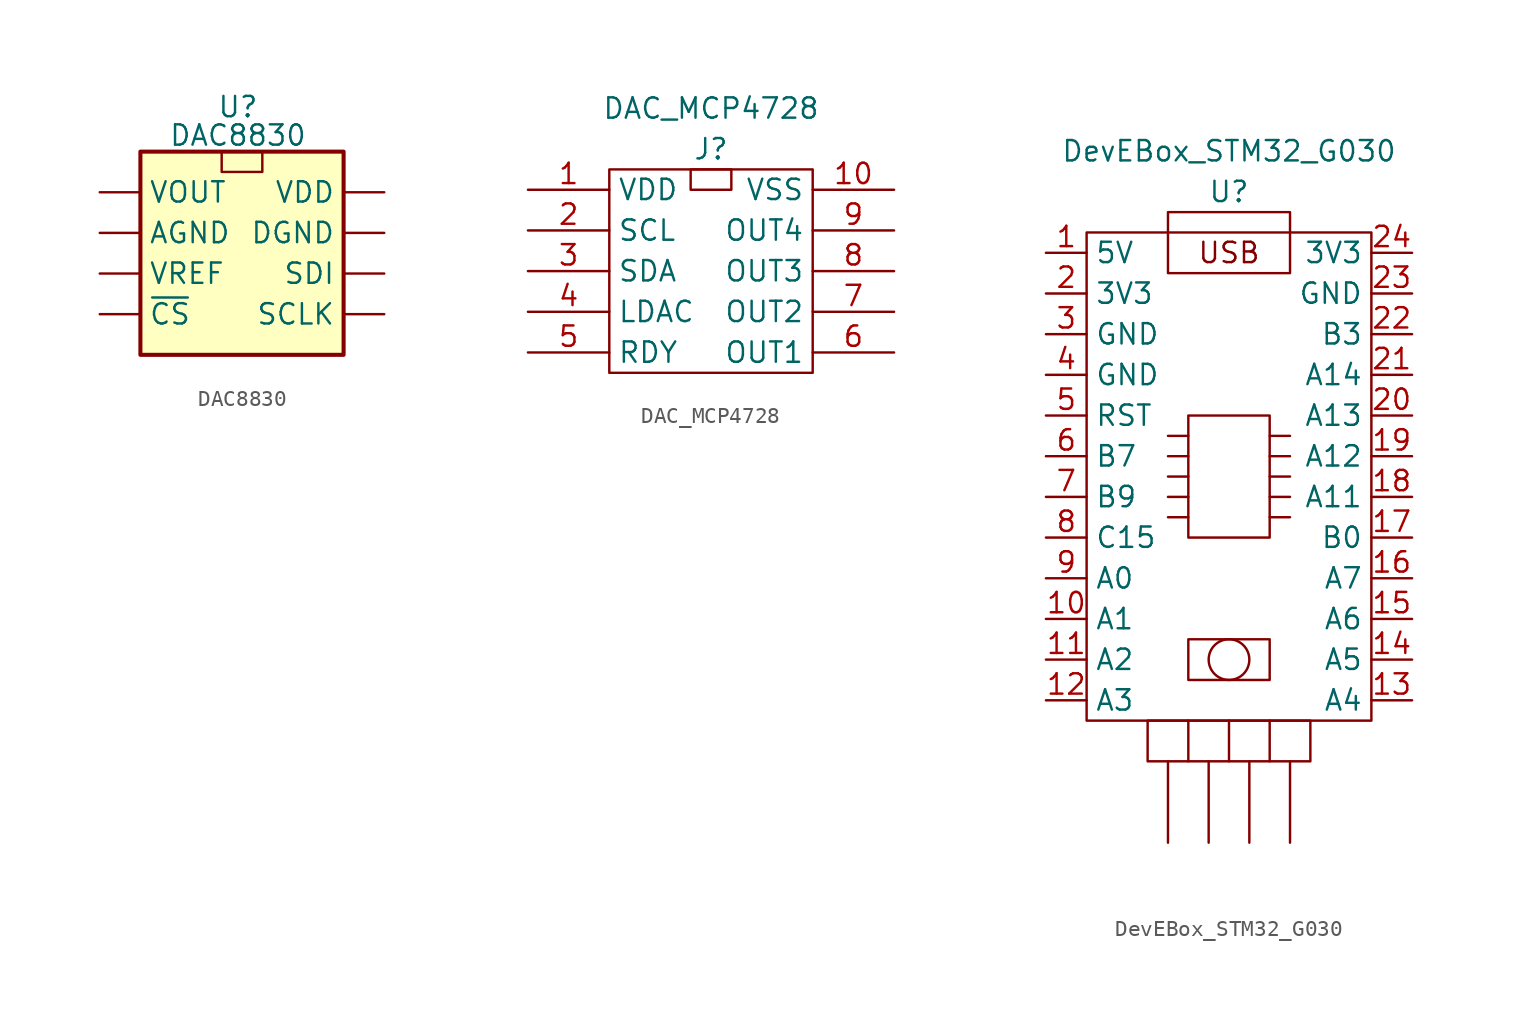
<source format=kicad_sym>
(kicad_symbol_lib
  (version 20211014)
  (generator kicad_symbol_editor)
  (symbol "DAC8830"
    (pin_numbers hide)
    (property "Reference" "U"
      (at 6.096 5.334 0)
      (effects (font (size 1.27 1.27))))
    (property "Value" "DAC8830"
      (at 6.096 3.556 0)
      (effects (font (size 1.27 1.27))))
    (symbol "DAC8830_0_1"
      (rectangle (start 0 2.54) (end 12.7 -10.16) (stroke (width 0.254) (type default) (color 0 0 0 0)) (fill (type background)))
      (rectangle (start 5.08 2.54) (end 7.62 1.27) (stroke (width 0) (type default) (color 0 0 0 0)) (fill (type none))))
    (symbol "DAC8830_1_1"
      (pin power_in line (at -2.54 -2.54 0) (length 2.54) (name "AGND" (effects (font (size 1.27 1.27)))) (number "AGND" (effects (font (size 1.27 1.27)))))
      (pin power_in line (at 15.24 -2.54 180) (length 2.54) (name "DGND" (effects (font (size 1.27 1.27)))) (number "DGND" (effects (font (size 1.27 1.27)))))
      (pin passive line (at 15.24 -7.62 180) (length 2.54) (name "SCLK" (effects (font (size 1.27 1.27)))) (number "SCLK" (effects (font (size 1.27 1.27)))))
      (pin passive line (at 15.24 -5.08 180) (length 2.54) (name "SDI" (effects (font (size 1.27 1.27)))) (number "SDI" (effects (font (size 1.27 1.27)))))
      (pin power_in line (at 15.24 0 180) (length 2.54) (name "VDD" (effects (font (size 1.27 1.27)))) (number "VDD" (effects (font (size 1.27 1.27)))))
      (pin output line (at -2.54 0 0) (length 2.54) (name "VOUT" (effects (font (size 1.27 1.27)))) (number "VOUT" (effects (font (size 1.27 1.27)))))
      (pin power_in line (at -2.54 -5.08 0) (length 2.54) (name "VREF" (effects (font (size 1.27 1.27)))) (number "VREF" (effects (font (size 1.27 1.27)))))
      (pin passive line (at -2.54 -7.62 0) (length 2.54) (name "~{CS}" (effects (font (size 1.27 1.27)))) (number "~{CS}" (effects (font (size 1.27 1.27)))))))
  (symbol "DAC_MCP4728"
    (property "Reference" "J"
      (at -1.27 2.54 0)
      (effects (font (size 1.27 1.27))))
    (property "Value" "DAC_MCP4728"
      (at -1.27 5.08 0)
      (effects (font (size 1.27 1.27))))
    (symbol "DAC_MCP4728_0_1"
      (rectangle (start -7.62 1.27) (end 5.08 -11.43) (stroke (width 0) (type default) (color 0 0 0 0)) (fill (type none)))
      (rectangle (start -2.54 1.27) (end 0 0) (stroke (width 0) (type default) (color 0 0 0 0)) (fill (type none))))
    (symbol "DAC_MCP4728_1_1"
      (pin power_in line (at -12.7 0 0) (length 5.08) (name "VDD" (effects (font (size 1.27 1.27)))) (number "1" (effects (font (size 1.27 1.27)))))
      (pin power_in line (at 10.16 0 180) (length 5.08) (name "VSS" (effects (font (size 1.27 1.27)))) (number "10" (effects (font (size 1.27 1.27)))))
      (pin passive line (at -12.7 -2.54 0) (length 5.08) (name "SCL" (effects (font (size 1.27 1.27)))) (number "2" (effects (font (size 1.27 1.27)))))
      (pin passive line (at -12.7 -5.08 0) (length 5.08) (name "SDA" (effects (font (size 1.27 1.27)))) (number "3" (effects (font (size 1.27 1.27)))))
      (pin passive line (at -12.7 -7.62 0) (length 5.08) (name "LDAC" (effects (font (size 1.27 1.27)))) (number "4" (effects (font (size 1.27 1.27)))))
      (pin passive line (at -12.7 -10.16 0) (length 5.08) (name "RDY" (effects (font (size 1.27 1.27)))) (number "5" (effects (font (size 1.27 1.27)))))
      (pin output line (at 10.16 -10.16 180) (length 5.08) (name "OUT1" (effects (font (size 1.27 1.27)))) (number "6" (effects (font (size 1.27 1.27)))))
      (pin output line (at 10.16 -7.62 180) (length 5.08) (name "OUT2" (effects (font (size 1.27 1.27)))) (number "7" (effects (font (size 1.27 1.27)))))
      (pin output line (at 10.16 -5.08 180) (length 5.08) (name "OUT3" (effects (font (size 1.27 1.27)))) (number "8" (effects (font (size 1.27 1.27)))))
      (pin output line (at 10.16 -2.54 180) (length 5.08) (name "OUT4" (effects (font (size 1.27 1.27)))) (number "9" (effects (font (size 1.27 1.27)))))))
  (symbol "DevEBox_STM32_G030"
    (property "Reference" "U"
      (at 0 15.24 0)
      (effects (font (size 1.27 1.27))))
    (property "Value" "DevEBox_STM32_G030"
      (at 0 17.78 0)
      (effects (font (size 1.27 1.27))))
    (symbol "DevEBox_STM32_G030_0_0"
      (text "USB" (at 0 11.43 0) (effects (font (size 1.27 1.27)))))
    (symbol "DevEBox_STM32_G030_0_1"
      (rectangle (start -8.89 12.7) (end 8.89 -17.78) (stroke (width 0) (type default) (color 0 0 0 0)) (fill (type none)))
      (rectangle (start -5.08 -17.78) (end 5.08 -20.32) (stroke (width 0) (type default) (color 0 0 0 0)) (fill (type none)))
      (rectangle (start -3.81 13.97) (end 3.81 10.16) (stroke (width 0) (type default) (color 0 0 0 0)) (fill (type none)))
      (rectangle (start -2.54 1.27) (end 2.54 -6.35) (stroke (width 0) (type default) (color 0 0 0 0)) (fill (type none)))
      (circle (center 0 -13.97) (radius 1.27) (stroke (width 0) (type default) (color 0 0 0 0)) (fill (type none)))
      (polyline (pts (xy -3.81 -20.32) (xy -3.81 -25.4)) (stroke (width 0) (type default) (color 0 0 0 0)) (fill (type none)))
      (polyline (pts (xy -2.54 -17.78) (xy -2.54 -20.32)) (stroke (width 0) (type default) (color 0 0 0 0)) (fill (type none)))
      (polyline (pts (xy -2.54 -5.08) (xy -3.81 -5.08)) (stroke (width 0) (type default) (color 0 0 0 0)) (fill (type none)))
      (polyline (pts (xy -2.54 -3.81) (xy -3.81 -3.81)) (stroke (width 0) (type default) (color 0 0 0 0)) (fill (type none)))
      (polyline (pts (xy -2.54 -2.54) (xy -3.81 -2.54)) (stroke (width 0) (type default) (color 0 0 0 0)) (fill (type none)))
      (polyline (pts (xy -2.54 -1.27) (xy -3.81 -1.27)) (stroke (width 0) (type default) (color 0 0 0 0)) (fill (type none)))
      (polyline (pts (xy -2.54 0) (xy -3.81 0)) (stroke (width 0) (type default) (color 0 0 0 0)) (fill (type none)))
      (polyline (pts (xy -1.27 -20.32) (xy -1.27 -25.4)) (stroke (width 0) (type default) (color 0 0 0 0)) (fill (type none)))
      (polyline (pts (xy 0 -17.78) (xy 0 -20.32)) (stroke (width 0) (type default) (color 0 0 0 0)) (fill (type none)))
      (polyline (pts (xy 1.27 -20.32) (xy 1.27 -25.4)) (stroke (width 0) (type default) (color 0 0 0 0)) (fill (type none)))
      (polyline (pts (xy 2.54 -17.78) (xy 2.54 -20.32)) (stroke (width 0) (type default) (color 0 0 0 0)) (fill (type none)))
      (polyline (pts (xy 3.81 -20.32) (xy 3.81 -25.4)) (stroke (width 0) (type default) (color 0 0 0 0)) (fill (type none)))
      (polyline (pts (xy 3.81 -5.08) (xy 2.54 -5.08)) (stroke (width 0) (type default) (color 0 0 0 0)) (fill (type none)))
      (polyline (pts (xy 3.81 -3.81) (xy 2.54 -3.81)) (stroke (width 0) (type default) (color 0 0 0 0)) (fill (type none)))
      (polyline (pts (xy 3.81 -2.54) (xy 2.54 -2.54)) (stroke (width 0) (type default) (color 0 0 0 0)) (fill (type none)))
      (polyline (pts (xy 3.81 -1.27) (xy 2.54 -1.27)) (stroke (width 0) (type default) (color 0 0 0 0)) (fill (type none)))
      (polyline (pts (xy 3.81 0) (xy 2.54 0)) (stroke (width 0) (type default) (color 0 0 0 0)) (fill (type none)))
      (rectangle (start 2.54 -15.24) (end -2.54 -12.7) (stroke (width 0) (type default) (color 0 0 0 0)) (fill (type none))))
    (symbol "DevEBox_STM32_G030_1_1"
      (pin passive line (at -11.43 11.43 0) (length 2.54) (name "5V" (effects (font (size 1.27 1.27)))) (number "1" (effects (font (size 1.27 1.27)))))
      (pin passive line (at -11.43 -11.43 0) (length 2.54) (name "A1" (effects (font (size 1.27 1.27)))) (number "10" (effects (font (size 1.27 1.27)))))
      (pin passive line (at -11.43 -13.97 0) (length 2.54) (name "A2" (effects (font (size 1.27 1.27)))) (number "11" (effects (font (size 1.27 1.27)))))
      (pin passive line (at -11.43 -16.51 0) (length 2.54) (name "A3" (effects (font (size 1.27 1.27)))) (number "12" (effects (font (size 1.27 1.27)))))
      (pin passive line (at 11.43 -16.51 180) (length 2.54) (name "A4" (effects (font (size 1.27 1.27)))) (number "13" (effects (font (size 1.27 1.27)))))
      (pin passive line (at 11.43 -13.97 180) (length 2.54) (name "A5" (effects (font (size 1.27 1.27)))) (number "14" (effects (font (size 1.27 1.27)))))
      (pin passive line (at 11.43 -11.43 180) (length 2.54) (name "A6" (effects (font (size 1.27 1.27)))) (number "15" (effects (font (size 1.27 1.27)))))
      (pin passive line (at 11.43 -8.89 180) (length 2.54) (name "A7" (effects (font (size 1.27 1.27)))) (number "16" (effects (font (size 1.27 1.27)))))
      (pin passive line (at 11.43 -6.35 180) (length 2.54) (name "B0" (effects (font (size 1.27 1.27)))) (number "17" (effects (font (size 1.27 1.27)))))
      (pin passive line (at 11.43 -3.81 180) (length 2.54) (name "A11" (effects (font (size 1.27 1.27)))) (number "18" (effects (font (size 1.27 1.27)))))
      (pin passive line (at 11.43 -1.27 180) (length 2.54) (name "A12" (effects (font (size 1.27 1.27)))) (number "19" (effects (font (size 1.27 1.27)))))
      (pin passive line (at -11.43 8.89 0) (length 2.54) (name "3V3" (effects (font (size 1.27 1.27)))) (number "2" (effects (font (size 1.27 1.27)))))
      (pin passive line (at 11.43 1.27 180) (length 2.54) (name "A13" (effects (font (size 1.27 1.27)))) (number "20" (effects (font (size 1.27 1.27)))))
      (pin passive line (at 11.43 3.81 180) (length 2.54) (name "A14" (effects (font (size 1.27 1.27)))) (number "21" (effects (font (size 1.27 1.27)))))
      (pin passive line (at 11.43 6.35 180) (length 2.54) (name "B3" (effects (font (size 1.27 1.27)))) (number "22" (effects (font (size 1.27 1.27)))))
      (pin passive line (at 11.43 8.89 180) (length 2.54) (name "GND" (effects (font (size 1.27 1.27)))) (number "23" (effects (font (size 1.27 1.27)))))
      (pin passive line (at 11.43 11.43 180) (length 2.54) (name "3V3" (effects (font (size 1.27 1.27)))) (number "24" (effects (font (size 1.27 1.27)))))
      (pin passive line (at -11.43 6.35 0) (length 2.54) (name "GND" (effects (font (size 1.27 1.27)))) (number "3" (effects (font (size 1.27 1.27)))))
      (pin passive line (at -11.43 3.81 0) (length 2.54) (name "GND" (effects (font (size 1.27 1.27)))) (number "4" (effects (font (size 1.27 1.27)))))
      (pin passive line (at -11.43 1.27 0) (length 2.54) (name "RST" (effects (font (size 1.27 1.27)))) (number "5" (effects (font (size 1.27 1.27)))))
      (pin passive line (at -11.43 -1.27 0) (length 2.54) (name "B7" (effects (font (size 1.27 1.27)))) (number "6" (effects (font (size 1.27 1.27)))))
      (pin passive line (at -11.43 -3.81 0) (length 2.54) (name "B9" (effects (font (size 1.27 1.27)))) (number "7" (effects (font (size 1.27 1.27)))))
      (pin passive line (at -11.43 -6.35 0) (length 2.54) (name "C15" (effects (font (size 1.27 1.27)))) (number "8" (effects (font (size 1.27 1.27)))))
      (pin passive line (at -11.43 -8.89 0) (length 2.54) (name "A0" (effects (font (size 1.27 1.27)))) (number "9" (effects (font (size 1.27 1.27))))))))
</source>
